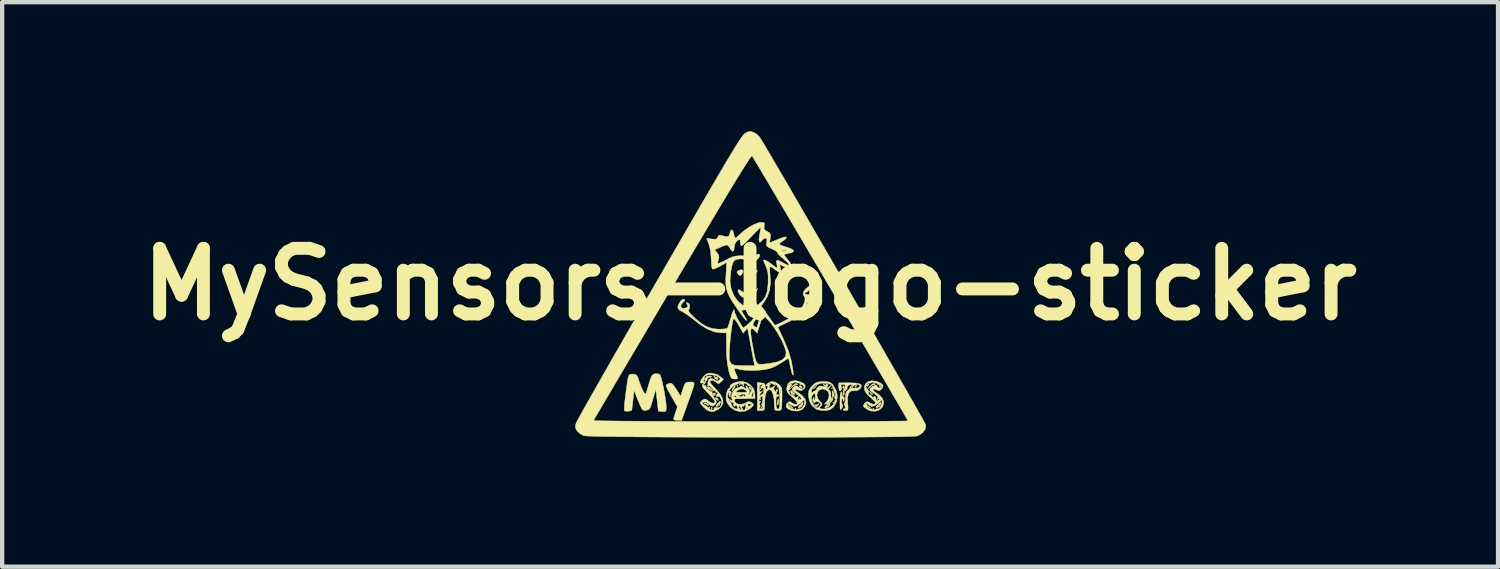
<source format=kicad_pcb>
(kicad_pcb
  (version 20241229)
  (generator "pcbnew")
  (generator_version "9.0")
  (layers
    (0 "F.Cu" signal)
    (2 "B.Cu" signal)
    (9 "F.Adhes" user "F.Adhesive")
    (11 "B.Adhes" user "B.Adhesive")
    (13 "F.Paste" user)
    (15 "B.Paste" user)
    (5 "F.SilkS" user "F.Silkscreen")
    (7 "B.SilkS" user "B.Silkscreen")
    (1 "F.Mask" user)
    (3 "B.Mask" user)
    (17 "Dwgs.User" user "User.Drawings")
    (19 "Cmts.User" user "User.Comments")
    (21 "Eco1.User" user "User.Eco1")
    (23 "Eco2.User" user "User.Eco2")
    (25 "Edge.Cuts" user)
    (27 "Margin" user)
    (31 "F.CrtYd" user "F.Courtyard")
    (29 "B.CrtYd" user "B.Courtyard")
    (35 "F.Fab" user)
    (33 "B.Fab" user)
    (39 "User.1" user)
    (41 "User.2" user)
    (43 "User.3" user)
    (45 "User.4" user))
  (footprint "MySensors-logo-sticker"
    (layer "F.Cu")
    (at 14.376 3.554)
    (property "Reference" "MySensors-logo-sticker" (at 0 0 0) (layer "F.SilkS") (effects (font (size 1.524 1.524) (thickness 0.3))))
    (attr through_hole)
    (fp_poly (pts (xy -0.744 2.656) (xy -0.744 2.657) (xy -0.745 2.656) (xy -0.744 2.656)) (stroke (width 0.01) (type solid)) (fill yes) (layer "F.SilkS"))
    (fp_poly (pts (xy 1.203 2.374) (xy 1.203 2.375) (xy 1.202 2.374) (xy 1.203 2.374)) (stroke (width 0.01) (type solid)) (fill yes) (layer "F.SilkS"))
    (fp_poly (pts (xy -0.931 2.865) (xy -0.945 2.879) (xy -0.96 2.865) (xy -0.945 2.85) (xy -0.931 2.865)) (stroke (width 0.01) (type solid)) (fill yes) (layer "F.SilkS"))
    (fp_poly (pts (xy -0.48 2.667) (xy -0.494 2.681) (xy -0.508 2.667) (xy -0.494 2.653) (xy -0.48 2.667)) (stroke (width 0.01) (type solid)) (fill yes) (layer "F.SilkS"))
    (fp_poly (pts (xy -0.282 2.357) (xy -0.296 2.371) (xy -0.31 2.357) (xy -0.296 2.342) (xy -0.282 2.357)) (stroke (width 0.01) (type solid)) (fill yes) (layer "F.SilkS"))
    (fp_poly (pts (xy -0.226 2.328) (xy -0.24 2.342) (xy -0.254 2.328) (xy -0.24 2.314) (xy -0.226 2.328)) (stroke (width 0.01) (type solid)) (fill yes) (layer "F.SilkS"))
    (fp_poly (pts (xy 0.254 2.441) (xy 0.24 2.455) (xy 0.226 2.441) (xy 0.24 2.427) (xy 0.254 2.441)) (stroke (width 0.01) (type solid)) (fill yes) (layer "F.SilkS"))
    (fp_poly (pts (xy 0.254 2.667) (xy 0.24 2.681) (xy 0.226 2.667) (xy 0.24 2.653) (xy 0.254 2.667)) (stroke (width 0.01) (type solid)) (fill yes) (layer "F.SilkS"))
    (fp_poly (pts (xy 0.282 2.865) (xy 0.268 2.879) (xy 0.254 2.865) (xy 0.268 2.85) (xy 0.282 2.865)) (stroke (width 0.01) (type solid)) (fill yes) (layer "F.SilkS"))
    (fp_poly (pts (xy 0.649 2.385) (xy 0.635 2.399) (xy 0.621 2.385) (xy 0.635 2.371) (xy 0.649 2.385)) (stroke (width 0.01) (type solid)) (fill yes) (layer "F.SilkS"))
    (fp_poly (pts (xy 1.072 2.893) (xy 1.058 2.907) (xy 1.044 2.893) (xy 1.058 2.879) (xy 1.072 2.893)) (stroke (width 0.01) (type solid)) (fill yes) (layer "F.SilkS"))
    (fp_poly (pts (xy 1.157 2.667) (xy 1.143 2.681) (xy 1.129 2.667) (xy 1.143 2.653) (xy 1.157 2.667)) (stroke (width 0.01) (type solid)) (fill yes) (layer "F.SilkS"))
    (fp_poly (pts (xy 1.919 2.413) (xy 1.905 2.427) (xy 1.891 2.413) (xy 1.905 2.399) (xy 1.919 2.413)) (stroke (width 0.01) (type solid)) (fill yes) (layer "F.SilkS"))
    (fp_poly (pts (xy 1.947 2.752) (xy 1.933 2.766) (xy 1.919 2.752) (xy 1.933 2.738) (xy 1.947 2.752)) (stroke (width 0.01) (type solid)) (fill yes) (layer "F.SilkS"))
    (fp_poly (pts (xy 2.879 2.893) (xy 2.865 2.907) (xy 2.85 2.893) (xy 2.865 2.879) (xy 2.879 2.893)) (stroke (width 0.01) (type solid)) (fill yes) (layer "F.SilkS"))
    (fp_poly (pts (xy -0.884 2.86) (xy -0.881 2.893) (xy -0.884 2.897) (xy -0.901 2.894) (xy -0.903 2.879) (xy -0.893 2.855) (xy -0.884 2.86)) (stroke (width 0.01) (type solid)) (fill yes) (layer "F.SilkS"))
    (fp_poly (pts (xy 1.717 2.326) (xy 1.747 2.352) (xy 1.75 2.358) (xy 1.736 2.37) (xy 1.708 2.344) (xy 1.705 2.338) (xy 1.701 2.319) (xy 1.717 2.326)) (stroke (width 0.01) (type solid)) (fill yes) (layer "F.SilkS"))
    (fp_poly (pts (xy 2.178 2.36) (xy 2.19 2.392) (xy 2.186 2.401) (xy 2.163 2.425) (xy 2.154 2.396) (xy 2.154 2.386) (xy 2.167 2.358) (xy 2.178 2.36)) (stroke (width 0.01) (type solid)) (fill yes) (layer "F.SilkS"))
    (fp_poly (pts (xy 2.366 2.354) (xy 2.396 2.38) (xy 2.399 2.386) (xy 2.385 2.398) (xy 2.358 2.372) (xy 2.354 2.366) (xy 2.351 2.347) (xy 2.366 2.354)) (stroke (width 0.01) (type solid)) (fill yes) (layer "F.SilkS"))
    (fp_poly (pts (xy 2.761 2.834) (xy 2.792 2.862) (xy 2.785 2.878) (xy 2.782 2.879) (xy 2.758 2.859) (xy 2.749 2.846) (xy 2.746 2.827) (xy 2.761 2.834)) (stroke (width 0.01) (type solid)) (fill yes) (layer "F.SilkS"))
    (fp_poly (pts (xy 3.015 2.354) (xy 3.046 2.382) (xy 3.039 2.399) (xy 3.036 2.399) (xy 3.012 2.379) (xy 3.003 2.366) (xy 3 2.347) (xy 3.015 2.354)) (stroke (width 0.01) (type solid)) (fill yes) (layer "F.SilkS"))
    (fp_poly (pts (xy -0.34 2.358) (xy -0.356 2.4) (xy -0.382 2.44) (xy -0.412 2.471) (xy -0.422 2.468) (xy -0.406 2.426) (xy -0.38 2.386) (xy -0.35 2.355) (xy -0.34 2.358)) (stroke (width 0.01) (type solid)) (fill yes) (layer "F.SilkS"))
    (fp_poly (pts (xy 0.005 2.393) (xy 0.027 2.429) (xy 0.024 2.441) (xy -0.005 2.44) (xy -0.009 2.437) (xy -0.028 2.393) (xy -0.028 2.389) (xy -0.014 2.378) (xy 0.005 2.393)) (stroke (width 0.01) (type solid)) (fill yes) (layer "F.SilkS"))
    (fp_poly (pts (xy 0.663 2.679) (xy 0.665 2.722) (xy 0.656 2.781) (xy 0.645 2.807) (xy 0.635 2.796) (xy 0.633 2.753) (xy 0.642 2.694) (xy 0.653 2.668) (xy 0.663 2.679)) (stroke (width 0.01) (type solid)) (fill yes) (layer "F.SilkS"))
    (fp_poly (pts (xy 0.918 2.803) (xy 0.938 2.819) (xy 0.977 2.853) (xy 0.988 2.868) (xy 0.974 2.876) (xy 0.937 2.84) (xy 0.928 2.829) (xy 0.903 2.796) (xy 0.918 2.803)) (stroke (width 0.01) (type solid)) (fill yes) (layer "F.SilkS"))
    (fp_poly (pts (xy 1.543 2.357) (xy 1.528 2.378) (xy 1.486 2.422) (xy 1.468 2.421) (xy 1.468 2.416) (xy 1.487 2.393) (xy 1.517 2.367) (xy 1.55 2.343) (xy 1.543 2.357)) (stroke (width 0.01) (type solid)) (fill yes) (layer "F.SilkS"))
    (fp_poly (pts (xy 2.475 2.361) (xy 2.469 2.371) (xy 2.443 2.398) (xy 2.438 2.399) (xy 2.436 2.381) (xy 2.441 2.371) (xy 2.468 2.344) (xy 2.473 2.342) (xy 2.475 2.361)) (stroke (width 0.01) (type solid)) (fill yes) (layer "F.SilkS"))
    (fp_poly (pts (xy 2.757 2.332) (xy 2.752 2.342) (xy 2.725 2.369) (xy 2.72 2.371) (xy 2.718 2.352) (xy 2.723 2.342) (xy 2.75 2.315) (xy 2.755 2.314) (xy 2.757 2.332)) (stroke (width 0.01) (type solid)) (fill yes) (layer "F.SilkS"))
    (fp_poly (pts (xy 2.781 2.492) (xy 2.801 2.508) (xy 2.84 2.543) (xy 2.85 2.558) (xy 2.837 2.566) (xy 2.799 2.53) (xy 2.79 2.519) (xy 2.766 2.485) (xy 2.781 2.492)) (stroke (width 0.01) (type solid)) (fill yes) (layer "F.SilkS"))
    (fp_poly (pts (xy 2.983 2.643) (xy 2.977 2.653) (xy 2.951 2.68) (xy 2.946 2.681) (xy 2.944 2.663) (xy 2.949 2.653) (xy 2.976 2.626) (xy 2.981 2.625) (xy 2.983 2.643)) (stroke (width 0.01) (type solid)) (fill yes) (layer "F.SilkS"))
    (fp_poly (pts (xy -0.749 2.654) (xy -0.762 2.667) (xy -0.748 2.681) (xy -0.74 2.673) (xy -0.736 2.69) (xy -0.742 2.698) (xy -0.767 2.691) (xy -0.788 2.67) (xy -0.807 2.638) (xy -0.785 2.635) (xy -0.749 2.654)) (stroke (width 0.01) (type solid)) (fill yes) (layer "F.SilkS"))
    (fp_poly (pts (xy -0.17 -0.328) (xy -0.162 -0.287) (xy -0.178 -0.251) (xy -0.216 -0.204) (xy -0.253 -0.21) (xy -0.284 -0.242) (xy -0.306 -0.282) (xy -0.283 -0.31) (xy -0.28 -0.312) (xy -0.214 -0.339) (xy -0.17 -0.328)) (stroke (width 0.01) (type solid)) (fill yes) (layer "F.SilkS"))
    (fp_poly (pts (xy 1.199 2.372) (xy 1.185 2.385) (xy 1.199 2.399) (xy 1.207 2.391) (xy 1.211 2.408) (xy 1.206 2.416) (xy 1.181 2.408) (xy 1.16 2.388) (xy 1.14 2.356) (xy 1.163 2.352) (xy 1.199 2.372)) (stroke (width 0.01) (type solid)) (fill yes) (layer "F.SilkS"))
    (fp_poly (pts (xy 1.599 2.782) (xy 1.584 2.801) (xy 1.547 2.843) (xy 1.525 2.842) (xy 1.507 2.815) (xy 1.501 2.795) (xy 1.51 2.801) (xy 1.548 2.803) (xy 1.578 2.787) (xy 1.607 2.766) (xy 1.599 2.782)) (stroke (width 0.01) (type solid)) (fill yes) (layer "F.SilkS"))
    (fp_poly (pts (xy -0.999 2.768) (xy -0.962 2.807) (xy -0.97 2.822) (xy -0.972 2.822) (xy -0.996 2.802) (xy -1.002 2.794) (xy -1.037 2.779) (xy -1.051 2.784) (xy -1.068 2.785) (xy -1.06 2.769) (xy -1.032 2.749) (xy -0.999 2.768)) (stroke (width 0.01) (type solid)) (fill yes) (layer "F.SilkS"))
    (fp_poly (pts (xy 0.144 -0.332) (xy 0.169 -0.316) (xy 0.169 -0.316) (xy 0.151 -0.278) (xy 0.112 -0.239) (xy 0.085 -0.226) (xy 0.053 -0.243) (xy 0.034 -0.26) (xy 0.002 -0.306) (xy 0.023 -0.332) (xy 0.085 -0.339) (xy 0.144 -0.332)) (stroke (width 0.01) (type solid)) (fill yes) (layer "F.SilkS"))
    (fp_poly (pts (xy 1.101 2.332) (xy 1.101 2.335) (xy 1.087 2.337) (xy 1.082 2.333) (xy 1.05 2.336) (xy 0.998 2.37) (xy 0.99 2.377) (xy 0.917 2.441) (xy 0.985 2.364) (xy 1.04 2.316) (xy 1.083 2.304) (xy 1.101 2.332)) (stroke (width 0.01) (type solid)) (fill yes) (layer "F.SilkS"))
    (fp_poly (pts (xy 2.907 2.332) (xy 2.907 2.335) (xy 2.893 2.337) (xy 2.888 2.333) (xy 2.856 2.336) (xy 2.804 2.37) (xy 2.796 2.377) (xy 2.723 2.441) (xy 2.791 2.364) (xy 2.847 2.316) (xy 2.889 2.304) (xy 2.907 2.332)) (stroke (width 0.01) (type solid)) (fill yes) (layer "F.SilkS"))
    (fp_poly (pts (xy -0.812 2.53) (xy -0.806 2.538) (xy -0.809 2.574) (xy -0.816 2.581) (xy -0.853 2.578) (xy -0.859 2.571) (xy -0.858 2.554) (xy -0.847 2.554) (xy -0.833 2.568) (xy -0.818 2.554) (xy -0.833 2.54) (xy -0.847 2.554) (xy -0.858 2.554) (xy -0.856 2.534) (xy -0.849 2.527) (xy -0.812 2.53)) (stroke (width 0.01) (type solid)) (fill yes) (layer "F.SilkS"))
    (fp_poly (pts (xy 0.141 0.17) (xy 0.075 0.259) (xy -0.012 0.302) (xy -0.09 0.31) (xy -0.178 0.297) (xy -0.235 0.253) (xy -0.238 0.248) (xy -0.272 0.187) (xy -0.282 0.146) (xy -0.273 0.124) (xy -0.239 0.136) (xy -0.211 0.153) (xy -0.111 0.211) (xy -0.037 0.233) (xy 0.027 0.219) (xy 0.088 0.176) (xy 0.178 0.101) (xy 0.141 0.17)) (stroke (width 0.01) (type solid)) (fill yes) (layer "F.SilkS"))
    (fp_poly (pts (xy 0.959 2.473) (xy 0.99 2.5) (xy 1.03 2.538) (xy 1.044 2.554) (xy 1.022 2.558) (xy 0.981 2.559) (xy 0.957 2.556) (xy 0.951 2.531) (xy 0.95 2.526) (xy 0.96 2.526) (xy 0.974 2.54) (xy 0.988 2.526) (xy 0.974 2.512) (xy 0.96 2.526) (xy 0.95 2.526) (xy 0.945 2.502) (xy 0.942 2.468) (xy 0.959 2.473)) (stroke (width 0.01) (type solid)) (fill yes) (layer "F.SilkS"))
    (fp_poly (pts (xy -0.976 2.382) (xy -0.922 2.402) (xy -0.89 2.434) (xy -0.894 2.463) (xy -0.897 2.466) (xy -0.934 2.46) (xy -0.972 2.429) (xy -0.99 2.407) (xy -0.955 2.407) (xy -0.948 2.423) (xy -0.92 2.453) (xy -0.903 2.447) (xy -0.903 2.443) (xy -0.923 2.419) (xy -0.936 2.41) (xy -0.955 2.407) (xy -0.99 2.407) (xy -1.003 2.39) (xy -0.995 2.38) (xy -0.976 2.382)) (stroke (width 0.01) (type solid)) (fill yes) (layer "F.SilkS"))
    (fp_poly (pts (xy -0.82 2.129) (xy -0.818 2.142) (xy -0.803 2.164) (xy -0.792 2.16) (xy -0.756 2.163) (xy -0.749 2.171) (xy -0.745 2.204) (xy -0.773 2.213) (xy -0.812 2.194) (xy -0.818 2.187) (xy -0.79 2.187) (xy -0.776 2.201) (xy -0.762 2.187) (xy -0.776 2.173) (xy -0.79 2.187) (xy -0.818 2.187) (xy -0.819 2.186) (xy -0.841 2.143) (xy -0.837 2.125) (xy -0.82 2.129)) (stroke (width 0.01) (type solid)) (fill yes) (layer "F.SilkS"))
    (fp_poly (pts (xy 1.934 2.507) (xy 1.934 2.507) (xy 1.947 2.546) (xy 1.955 2.559) (xy 1.958 2.599) (xy 1.948 2.61) (xy 1.919 2.621) (xy 1.916 2.619) (xy 1.91 2.582) (xy 1.919 2.582) (xy 1.933 2.596) (xy 1.947 2.582) (xy 1.933 2.568) (xy 1.919 2.582) (xy 1.91 2.582) (xy 1.909 2.574) (xy 1.907 2.519) (xy 1.91 2.478) (xy 1.916 2.471) (xy 1.934 2.507)) (stroke (width 0.01) (type solid)) (fill yes) (layer "F.SilkS"))
    (fp_poly (pts (xy -0.686 2.735) (xy -0.688 2.751) (xy -0.719 2.815) (xy -0.78 2.84) (xy -0.801 2.834) (xy -0.793 2.82) (xy -0.755 2.82) (xy -0.751 2.822) (xy -0.725 2.802) (xy -0.72 2.794) (xy -0.712 2.768) (xy -0.716 2.766) (xy -0.742 2.786) (xy -0.748 2.794) (xy -0.755 2.82) (xy -0.793 2.82) (xy -0.782 2.802) (xy -0.76 2.778) (xy -0.71 2.726) (xy -0.689 2.713) (xy -0.686 2.735)) (stroke (width 0.01) (type solid)) (fill yes) (layer "F.SilkS"))
    (fp_poly (pts (xy 1.233 2.764) (xy 1.231 2.779) (xy 1.2 2.843) (xy 1.139 2.868) (xy 1.118 2.863) (xy 1.126 2.849) (xy 1.164 2.849) (xy 1.168 2.85) (xy 1.194 2.831) (xy 1.199 2.822) (xy 1.207 2.796) (xy 1.203 2.794) (xy 1.177 2.814) (xy 1.171 2.822) (xy 1.164 2.849) (xy 1.126 2.849) (xy 1.137 2.83) (xy 1.159 2.806) (xy 1.209 2.755) (xy 1.231 2.742) (xy 1.233 2.764)) (stroke (width 0.01) (type solid)) (fill yes) (layer "F.SilkS"))
    (fp_poly (pts (xy 3.039 2.764) (xy 3.037 2.779) (xy 3.006 2.843) (xy 2.945 2.868) (xy 2.924 2.863) (xy 2.933 2.849) (xy 2.97 2.849) (xy 2.974 2.85) (xy 3 2.831) (xy 3.006 2.822) (xy 3.013 2.796) (xy 3.009 2.794) (xy 2.983 2.814) (xy 2.977 2.822) (xy 2.97 2.849) (xy 2.933 2.849) (xy 2.944 2.83) (xy 2.965 2.806) (xy 3.015 2.755) (xy 3.037 2.742) (xy 3.039 2.764)) (stroke (width 0.01) (type solid)) (fill yes) (layer "F.SilkS"))
    (fp_poly (pts (xy -0.903 2.134) (xy -0.892 2.15) (xy -0.924 2.163) (xy -0.93 2.16) (xy -0.962 2.165) (xy -0.994 2.196) (xy -1.005 2.228) (xy -1.002 2.235) (xy -1.011 2.247) (xy -1.029 2.248) (xy -1.055 2.233) (xy -1.05 2.218) (xy -1.032 2.17) (xy -1.031 2.16) (xy -1.029 2.159) (xy -1.016 2.159) (xy -1.002 2.173) (xy -0.988 2.159) (xy -1.002 2.145) (xy -1.016 2.159) (xy -1.029 2.159) (xy -1.006 2.14) (xy -0.954 2.13) (xy -0.903 2.134)) (stroke (width 0.01) (type solid)) (fill yes) (layer "F.SilkS"))
    (fp_poly (pts (xy 2.131 2.511) (xy 2.134 2.548) (xy 2.143 2.595) (xy 2.16 2.605) (xy 2.183 2.625) (xy 2.19 2.667) (xy 2.182 2.713) (xy 2.167 2.72) (xy 2.156 2.687) (xy 2.16 2.679) (xy 2.155 2.655) (xy 2.146 2.653) (xy 2.127 2.676) (xy 2.125 2.729) (xy 2.14 2.788) (xy 2.15 2.808) (xy 2.149 2.851) (xy 2.128 2.891) (xy 2.108 2.913) (xy 2.096 2.906) (xy 2.09 2.861) (xy 2.09 2.836) (xy 2.117 2.836) (xy 2.131 2.85) (xy 2.145 2.836) (xy 2.131 2.822) (xy 2.117 2.836) (xy 2.09 2.836) (xy 2.089 2.77) (xy 2.088 2.731) (xy 2.091 2.626) (xy 2.099 2.545) (xy 2.111 2.502) (xy 2.113 2.5) (xy 2.131 2.511)) (stroke (width 0.01) (type solid)) (fill yes) (layer "F.SilkS"))
    (fp_poly (pts (xy -1.32 2.275) (xy -1.303 2.289) (xy -1.3 2.322) (xy -1.313 2.38) (xy -1.343 2.47) (xy -1.389 2.6) (xy -1.446 2.759) (xy -1.59 3.161) (xy -1.684 3.161) (xy -1.747 3.155) (xy -1.778 3.14) (xy -1.778 3.138) (xy -1.77 3.099) (xy -1.748 3.028) (xy -1.733 2.981) (xy -1.687 2.848) (xy -1.83 2.602) (xy -1.888 2.498) (xy -1.93 2.411) (xy -1.952 2.355) (xy -1.953 2.339) (xy -1.912 2.317) (xy -1.873 2.302) (xy -1.834 2.3) (xy -1.798 2.323) (xy -1.752 2.382) (xy -1.713 2.442) (xy -1.614 2.6) (xy -1.56 2.436) (xy -1.528 2.346) (xy -1.502 2.297) (xy -1.467 2.276) (xy -1.413 2.272) (xy -1.395 2.272) (xy -1.351 2.271) (xy -1.32 2.275)) (stroke (width 0.01) (type solid)) (fill yes) (layer "F.SilkS"))
    (fp_poly (pts (xy -2.096 2.098) (xy -2.076 2.14) (xy -2.052 2.224) (xy -2.026 2.338) (xy -1.999 2.468) (xy -1.976 2.601) (xy -1.958 2.724) (xy -1.948 2.824) (xy -1.947 2.858) (xy -1.95 2.928) (xy -1.969 2.957) (xy -2.016 2.96) (xy -2.039 2.958) (xy -2.131 2.949) (xy -2.189 2.441) (xy -2.239 2.611) (xy -2.269 2.713) (xy -2.297 2.804) (xy -2.311 2.85) (xy -2.347 2.907) (xy -2.418 2.93) (xy -2.46 2.931) (xy -2.491 2.919) (xy -2.52 2.884) (xy -2.553 2.815) (xy -2.599 2.704) (xy -2.6 2.704) (xy -2.695 2.469) (xy -2.72 2.695) (xy -2.732 2.801) (xy -2.742 2.881) (xy -2.747 2.923) (xy -2.748 2.926) (xy -2.785 2.943) (xy -2.845 2.951) (xy -2.9 2.948) (xy -2.919 2.938) (xy -2.923 2.9) (xy -2.919 2.818) (xy -2.908 2.705) (xy -2.893 2.576) (xy -2.869 2.4) (xy -2.851 2.273) (xy -2.836 2.186) (xy -2.82 2.132) (xy -2.802 2.102) (xy -2.778 2.09) (xy -2.746 2.088) (xy -2.724 2.088) (xy -2.669 2.093) (xy -2.635 2.114) (xy -2.607 2.166) (xy -2.583 2.236) (xy -2.538 2.362) (xy -2.494 2.461) (xy -2.457 2.526) (xy -2.429 2.551) (xy -2.418 2.54) (xy -2.403 2.493) (xy -2.378 2.409) (xy -2.348 2.306) (xy -2.345 2.296) (xy -2.312 2.191) (xy -2.284 2.128) (xy -2.254 2.096) (xy -2.213 2.081) (xy -2.209 2.08) (xy -2.138 2.08) (xy -2.096 2.098)) (stroke (width 0.01) (type solid)) (fill yes) (layer "F.SilkS"))
    (fp_poly (pts (xy 2.446 2.295) (xy 2.541 2.312) (xy 2.586 2.343) (xy 2.582 2.388) (xy 2.552 2.43) (xy 2.487 2.473) (xy 2.421 2.472) (xy 2.341 2.479) (xy 2.289 2.533) (xy 2.264 2.634) (xy 2.268 2.767) (xy 2.276 2.86) (xy 2.274 2.91) (xy 2.258 2.931) (xy 2.222 2.935) (xy 2.213 2.935) (xy 2.165 2.926) (xy 2.159 2.906) (xy 2.192 2.889) (xy 2.201 2.892) (xy 2.218 2.887) (xy 2.214 2.85) (xy 2.193 2.803) (xy 2.191 2.78) (xy 2.201 2.78) (xy 2.215 2.794) (xy 2.23 2.78) (xy 2.215 2.766) (xy 2.201 2.78) (xy 2.191 2.78) (xy 2.189 2.764) (xy 2.198 2.754) (xy 2.213 2.718) (xy 2.218 2.648) (xy 2.217 2.623) (xy 2.221 2.537) (xy 2.249 2.485) (xy 2.27 2.467) (xy 2.299 2.441) (xy 2.484 2.441) (xy 2.498 2.455) (xy 2.512 2.441) (xy 2.498 2.427) (xy 2.484 2.441) (xy 2.299 2.441) (xy 2.31 2.431) (xy 2.319 2.41) (xy 2.326 2.38) (xy 2.331 2.375) (xy 2.34 2.375) (xy 2.335 2.386) (xy 2.348 2.406) (xy 2.409 2.415) (xy 2.428 2.416) (xy 2.503 2.408) (xy 2.548 2.388) (xy 2.551 2.382) (xy 2.544 2.346) (xy 2.504 2.327) (xy 2.454 2.334) (xy 2.44 2.343) (xy 2.4 2.357) (xy 2.387 2.346) (xy 2.35 2.331) (xy 2.314 2.334) (xy 2.262 2.367) (xy 2.254 2.431) (xy 2.255 2.436) (xy 2.241 2.446) (xy 2.226 2.439) (xy 2.206 2.435) (xy 2.215 2.455) (xy 2.223 2.479) (xy 2.207 2.473) (xy 2.186 2.477) (xy 2.187 2.51) (xy 2.186 2.562) (xy 2.176 2.581) (xy 2.16 2.571) (xy 2.158 2.528) (xy 2.168 2.472) (xy 2.187 2.427) (xy 2.216 2.364) (xy 2.199 2.332) (xy 2.157 2.326) (xy 2.112 2.335) (xy 2.113 2.355) (xy 2.132 2.413) (xy 2.116 2.463) (xy 2.095 2.477) (xy 2.069 2.462) (xy 2.06 2.395) (xy 2.06 2.39) (xy 2.06 2.291) (xy 2.298 2.29) (xy 2.446 2.295)) (stroke (width 0.01) (type solid)) (fill yes) (layer "F.SilkS"))
    (fp_poly (pts (xy 1.129 2.255) (xy 1.233 2.297) (xy 1.282 2.346) (xy 1.274 2.401) (xy 1.25 2.431) (xy 1.2 2.47) (xy 1.153 2.467) (xy 1.13 2.456) (xy 1.074 2.438) (xy 1.047 2.447) (xy 1.058 2.475) (xy 1.083 2.494) (xy 1.211 2.585) (xy 1.282 2.673) (xy 1.298 2.737) (xy 1.274 2.838) (xy 1.209 2.91) (xy 1.112 2.945) (xy 0.994 2.94) (xy 0.97 2.933) (xy 0.875 2.892) (xy 0.834 2.841) (xy 0.847 2.784) (xy 0.853 2.775) (xy 0.884 2.775) (xy 0.886 2.806) (xy 0.917 2.849) (xy 0.957 2.884) (xy 0.989 2.892) (xy 0.99 2.892) (xy 1.022 2.897) (xy 1.03 2.907) (xy 1.066 2.92) (xy 1.102 2.906) (xy 1.145 2.89) (xy 1.157 2.896) (xy 1.175 2.894) (xy 1.213 2.865) (xy 1.254 2.803) (xy 1.263 2.748) (xy 1.258 2.682) (xy 1.179 2.758) (xy 1.093 2.823) (xy 1.02 2.838) (xy 0.953 2.802) (xy 0.953 2.802) (xy 0.908 2.774) (xy 0.884 2.775) (xy 0.853 2.775) (xy 0.86 2.766) (xy 0.903 2.729) (xy 0.942 2.735) (xy 0.969 2.753) (xy 1.028 2.785) (xy 1.065 2.794) (xy 1.099 2.779) (xy 1.089 2.737) (xy 1.038 2.674) (xy 0.972 2.614) (xy 0.899 2.549) (xy 0.862 2.499) (xy 0.85 2.447) (xy 0.852 2.403) (xy 0.864 2.368) (xy 0.878 2.368) (xy 0.89 2.361) (xy 0.903 2.349) (xy 0.952 2.317) (xy 0.973 2.321) (xy 0.957 2.357) (xy 0.945 2.371) (xy 0.917 2.411) (xy 0.92 2.428) (xy 0.923 2.44) (xy 0.903 2.455) (xy 0.879 2.478) (xy 0.898 2.483) (xy 0.922 2.498) (xy 0.919 2.509) (xy 0.923 2.543) (xy 0.955 2.574) (xy 0.99 2.582) (xy 0.997 2.578) (xy 1.02 2.584) (xy 1.033 2.607) (xy 1.055 2.638) (xy 1.091 2.622) (xy 1.095 2.618) (xy 1.126 2.597) (xy 1.12 2.615) (xy 1.119 2.618) (xy 1.108 2.667) (xy 1.131 2.693) (xy 1.173 2.68) (xy 1.173 2.679) (xy 1.19 2.654) (xy 1.172 2.622) (xy 1.112 2.573) (xy 1.103 2.567) (xy 1.021 2.504) (xy 0.982 2.461) (xy 0.979 2.427) (xy 1.009 2.392) (xy 1.012 2.388) (xy 1.052 2.359) (xy 1.088 2.364) (xy 1.136 2.398) (xy 1.19 2.434) (xy 1.223 2.432) (xy 1.239 2.416) (xy 1.254 2.374) (xy 1.232 2.346) (xy 1.191 2.328) (xy 1.176 2.333) (xy 1.159 2.329) (xy 1.157 2.314) (xy 1.147 2.291) (xy 1.139 2.295) (xy 1.104 2.296) (xy 1.085 2.284) (xy 1.045 2.271) (xy 1.032 2.283) (xy 0.994 2.301) (xy 0.977 2.298) (xy 0.933 2.306) (xy 0.902 2.334) (xy 0.878 2.368) (xy 0.864 2.368) (xy 0.882 2.309) (xy 0.95 2.253) (xy 1.05 2.239) (xy 1.129 2.255)) (stroke (width 0.01) (type solid)) (fill yes) (layer "F.SilkS"))
    (fp_poly (pts (xy 2.931 2.254) (xy 2.971 2.267) (xy 3.058 2.313) (xy 3.092 2.358) (xy 3.076 2.409) (xy 3.055 2.433) (xy 3.007 2.47) (xy 2.965 2.466) (xy 2.94 2.452) (xy 2.887 2.432) (xy 2.859 2.439) (xy 2.861 2.469) (xy 2.89 2.494) (xy 3.009 2.578) (xy 3.079 2.657) (xy 3.104 2.739) (xy 3.104 2.75) (xy 3.08 2.846) (xy 3.013 2.914) (xy 2.916 2.949) (xy 2.808 2.945) (xy 2.744 2.919) (xy 2.682 2.88) (xy 2.636 2.84) (xy 2.631 2.811) (xy 2.657 2.778) (xy 2.691 2.778) (xy 2.709 2.794) (xy 2.733 2.817) (xy 2.727 2.822) (xy 2.721 2.839) (xy 2.737 2.864) (xy 2.776 2.893) (xy 2.795 2.892) (xy 2.829 2.897) (xy 2.836 2.907) (xy 2.874 2.92) (xy 2.905 2.908) (xy 2.952 2.892) (xy 2.97 2.894) (xy 2.996 2.89) (xy 3.028 2.851) (xy 3.055 2.793) (xy 3.064 2.747) (xy 3.068 2.679) (xy 2.987 2.756) (xy 2.897 2.823) (xy 2.821 2.84) (xy 2.765 2.807) (xy 2.721 2.772) (xy 2.699 2.766) (xy 2.691 2.778) (xy 2.657 2.778) (xy 2.663 2.77) (xy 2.701 2.734) (xy 2.738 2.732) (xy 2.795 2.761) (xy 2.862 2.79) (xy 2.904 2.78) (xy 2.907 2.777) (xy 2.912 2.747) (xy 2.877 2.7) (xy 2.8 2.629) (xy 2.796 2.626) (xy 2.702 2.535) (xy 2.665 2.469) (xy 2.681 2.469) (xy 2.695 2.484) (xy 2.709 2.469) (xy 2.695 2.455) (xy 2.681 2.469) (xy 2.665 2.469) (xy 2.657 2.454) (xy 2.657 2.383) (xy 2.693 2.383) (xy 2.709 2.428) (xy 2.725 2.438) (xy 2.751 2.473) (xy 2.752 2.51) (xy 2.753 2.553) (xy 2.766 2.561) (xy 2.8 2.575) (xy 2.836 2.611) (xy 2.865 2.642) (xy 2.868 2.636) (xy 2.876 2.609) (xy 2.893 2.606) (xy 2.92 2.618) (xy 2.918 2.629) (xy 2.918 2.672) (xy 2.948 2.706) (xy 2.962 2.709) (xy 2.992 2.687) (xy 3 2.671) (xy 2.987 2.632) (xy 2.931 2.575) (xy 2.887 2.542) (xy 2.816 2.489) (xy 2.784 2.455) (xy 2.786 2.427) (xy 2.804 2.403) (xy 2.845 2.373) (xy 2.896 2.353) (xy 2.939 2.348) (xy 2.954 2.361) (xy 2.95 2.369) (xy 2.961 2.394) (xy 2.992 2.407) (xy 3.043 2.41) (xy 3.062 2.399) (xy 3.056 2.367) (xy 3.023 2.336) (xy 2.988 2.329) (xy 2.982 2.333) (xy 2.965 2.33) (xy 2.963 2.317) (xy 2.948 2.295) (xy 2.937 2.299) (xy 2.901 2.295) (xy 2.893 2.286) (xy 2.856 2.273) (xy 2.821 2.287) (xy 2.778 2.302) (xy 2.766 2.295) (xy 2.754 2.289) (xy 2.728 2.314) (xy 2.703 2.353) (xy 2.693 2.383) (xy 2.657 2.383) (xy 2.657 2.374) (xy 2.681 2.315) (xy 2.738 2.263) (xy 2.827 2.242) (xy 2.931 2.254)) (stroke (width 0.01) (type solid)) (fill yes) (layer "F.SilkS"))
    (fp_poly (pts (xy -0.767 2.097) (xy -0.7 2.14) (xy -0.617 2.21) (xy -0.674 2.267) (xy -0.719 2.305) (xy -0.751 2.304) (xy -0.784 2.277) (xy -0.844 2.24) (xy -0.898 2.232) (xy -0.929 2.253) (xy -0.931 2.266) (xy -0.912 2.304) (xy -0.863 2.365) (xy -0.806 2.425) (xy -0.693 2.555) (xy -0.634 2.668) (xy -0.628 2.767) (xy -0.676 2.853) (xy -0.731 2.899) (xy -0.822 2.948) (xy -0.901 2.958) (xy -0.96 2.943) (xy -1.012 2.912) (xy -1.074 2.86) (xy -1.128 2.804) (xy -1.156 2.76) (xy -1.157 2.753) (xy -1.153 2.746) (xy -1.122 2.746) (xy -1.103 2.774) (xy -1.068 2.808) (xy -1.053 2.812) (xy -1.027 2.821) (xy -0.981 2.86) (xy -0.978 2.863) (xy -0.922 2.905) (xy -0.871 2.924) (xy -0.839 2.918) (xy -0.838 2.889) (xy -0.831 2.865) (xy -0.78 2.866) (xy -0.718 2.864) (xy -0.686 2.844) (xy -0.668 2.793) (xy -0.662 2.728) (xy -0.668 2.674) (xy -0.684 2.653) (xy -0.697 2.635) (xy -0.692 2.626) (xy -0.701 2.609) (xy -0.733 2.61) (xy -0.782 2.609) (xy -0.783 2.579) (xy -0.755 2.544) (xy -0.735 2.517) (xy -0.762 2.517) (xy -0.762 2.517) (xy -0.795 2.508) (xy -0.798 2.492) (xy -0.811 2.47) (xy -0.838 2.475) (xy -0.869 2.479) (xy -0.866 2.464) (xy -0.87 2.427) (xy -0.902 2.387) (xy -0.943 2.36) (xy -0.971 2.364) (xy -0.982 2.354) (xy -0.983 2.303) (xy -0.981 2.286) (xy -0.956 2.21) (xy -0.905 2.184) (xy -0.834 2.209) (xy -0.812 2.226) (xy -0.765 2.251) (xy -0.722 2.231) (xy -0.72 2.229) (xy -0.694 2.199) (xy -0.71 2.171) (xy -0.737 2.15) (xy -0.811 2.118) (xy -0.901 2.104) (xy -0.986 2.107) (xy -1.044 2.131) (xy -1.048 2.135) (xy -1.065 2.167) (xy -1.058 2.173) (xy -1.056 2.19) (xy -1.072 2.215) (xy -1.089 2.253) (xy -1.057 2.263) (xy -1.031 2.259) (xy -1.027 2.272) (xy -1.056 2.312) (xy -1.058 2.313) (xy -1.093 2.355) (xy -1.09 2.364) (xy -1.059 2.353) (xy -1.023 2.347) (xy -1.025 2.362) (xy -1.02 2.398) (xy -0.985 2.443) (xy -0.939 2.481) (xy -0.899 2.495) (xy -0.89 2.491) (xy -0.877 2.492) (xy -0.882 2.512) (xy -0.875 2.56) (xy -0.841 2.627) (xy -0.83 2.642) (xy -0.79 2.704) (xy -0.783 2.745) (xy -0.803 2.783) (xy -0.858 2.831) (xy -0.916 2.822) (xy -0.969 2.772) (xy -1.017 2.729) (xy -1.055 2.735) (xy -1.057 2.736) (xy -1.1 2.751) (xy -1.116 2.744) (xy -1.122 2.746) (xy -1.153 2.746) (xy -1.136 2.717) (xy -1.098 2.686) (xy -1.049 2.665) (xy -1.006 2.681) (xy -0.976 2.707) (xy -0.912 2.751) (xy -0.856 2.764) (xy -0.822 2.745) (xy -0.818 2.727) (xy -0.837 2.689) (xy -0.887 2.625) (xy -0.959 2.547) (xy -0.977 2.529) (xy -1.056 2.448) (xy -1.099 2.395) (xy -1.112 2.359) (xy -1.103 2.331) (xy -1.097 2.323) (xy -1.073 2.289) (xy -1.091 2.288) (xy -1.108 2.294) (xy -1.149 2.296) (xy -1.154 2.263) (xy -1.126 2.204) (xy -1.084 2.147) (xy -1.024 2.089) (xy -0.959 2.066) (xy -0.897 2.065) (xy -0.767 2.097)) (stroke (width 0.01) (type solid)) (fill yes) (layer "F.SilkS"))
    (fp_poly (pts (xy 0.578 2.271) (xy 0.667 2.324) (xy 0.71 2.367) (xy 0.733 2.414) (xy 0.742 2.483) (xy 0.743 2.571) (xy 0.741 2.72) (xy 0.738 2.821) (xy 0.731 2.885) (xy 0.717 2.919) (xy 0.695 2.932) (xy 0.662 2.935) (xy 0.648 2.935) (xy 0.6 2.932) (xy 0.575 2.915) (xy 0.566 2.87) (xy 0.564 2.782) (xy 0.564 2.779) (xy 0.556 2.654) (xy 0.532 2.55) (xy 0.498 2.476) (xy 0.457 2.444) (xy 0.437 2.445) (xy 0.384 2.494) (xy 0.351 2.593) (xy 0.339 2.743) (xy 0.339 2.768) (xy 0.338 2.861) (xy 0.33 2.911) (xy 0.308 2.931) (xy 0.266 2.935) (xy 0.254 2.935) (xy 0.169 2.935) (xy 0.169 2.702) (xy 0.208 2.702) (xy 0.22 2.723) (xy 0.235 2.718) (xy 0.249 2.718) (xy 0.231 2.744) (xy 0.211 2.788) (xy 0.226 2.808) (xy 0.242 2.838) (xy 0.226 2.865) (xy 0.21 2.889) (xy 0.226 2.895) (xy 0.283 2.886) (xy 0.307 2.881) (xy 0.301 2.861) (xy 0.286 2.841) (xy 0.267 2.8) (xy 0.272 2.786) (xy 0.287 2.747) (xy 0.296 2.687) (xy 0.295 2.629) (xy 0.284 2.597) (xy 0.28 2.596) (xy 0.245 2.62) (xy 0.215 2.675) (xy 0.208 2.702) (xy 0.169 2.702) (xy 0.169 2.584) (xy 0.212 2.584) (xy 0.243 2.579) (xy 0.248 2.578) (xy 0.301 2.543) (xy 0.318 2.512) (xy 0.318 2.449) (xy 0.307 2.423) (xy 0.287 2.401) (xy 0.283 2.408) (xy 0.264 2.417) (xy 0.252 2.412) (xy 0.246 2.384) (xy 0.273 2.356) (xy 0.308 2.328) (xy 0.295 2.322) (xy 0.268 2.326) (xy 0.224 2.352) (xy 0.215 2.402) (xy 0.221 2.475) (xy 0.233 2.502) (xy 0.258 2.494) (xy 0.275 2.481) (xy 0.291 2.474) (xy 0.272 2.502) (xy 0.258 2.518) (xy 0.217 2.567) (xy 0.212 2.584) (xy 0.169 2.584) (xy 0.169 2.282) (xy 0.261 2.291) (xy 0.325 2.304) (xy 0.349 2.336) (xy 0.351 2.378) (xy 0.362 2.434) (xy 0.386 2.444) (xy 0.408 2.407) (xy 0.411 2.39) (xy 0.406 2.357) (xy 0.393 2.358) (xy 0.368 2.365) (xy 0.378 2.341) (xy 0.38 2.338) (xy 0.424 2.338) (xy 0.449 2.328) (xy 0.452 2.327) (xy 0.479 2.315) (xy 0.466 2.338) (xy 0.457 2.348) (xy 0.439 2.39) (xy 0.46 2.409) (xy 0.507 2.401) (xy 0.55 2.374) (xy 0.588 2.344) (xy 0.587 2.352) (xy 0.566 2.379) (xy 0.543 2.423) (xy 0.561 2.461) (xy 0.578 2.478) (xy 0.609 2.502) (xy 0.61 2.493) (xy 0.609 2.453) (xy 0.618 2.443) (xy 0.637 2.446) (xy 0.634 2.483) (xy 0.609 2.537) (xy 0.608 2.538) (xy 0.599 2.566) (xy 0.626 2.562) (xy 0.662 2.565) (xy 0.668 2.582) (xy 0.648 2.608) (xy 0.633 2.606) (xy 0.612 2.615) (xy 0.602 2.666) (xy 0.602 2.747) (xy 0.607 2.839) (xy 0.621 2.886) (xy 0.647 2.899) (xy 0.65 2.899) (xy 0.673 2.888) (xy 0.686 2.853) (xy 0.69 2.782) (xy 0.689 2.683) (xy 0.683 2.544) (xy 0.674 2.451) (xy 0.66 2.393) (xy 0.639 2.358) (xy 0.612 2.338) (xy 0.573 2.324) (xy 0.564 2.33) (xy 0.547 2.331) (xy 0.521 2.313) (xy 0.479 2.291) (xy 0.443 2.314) (xy 0.424 2.338) (xy 0.38 2.338) (xy 0.411 2.302) (xy 0.487 2.262) (xy 0.578 2.271)) (stroke (width 0.01) (type solid)) (fill yes) (layer "F.SilkS"))
    (fp_poly (pts (xy 0.081 -3.529) (xy 0.161 -3.48) (xy 0.223 -3.418) (xy 0.251 -3.373) (xy 0.305 -3.284) (xy 0.383 -3.154) (xy 0.481 -2.987) (xy 0.599 -2.786) (xy 0.735 -2.554) (xy 0.886 -2.295) (xy 1.05 -2.012) (xy 1.226 -1.71) (xy 1.411 -1.39) (xy 1.603 -1.058) (xy 1.801 -0.716) (xy 2.003 -0.367) (xy 2.206 -0.016) (xy 2.408 0.335) (xy 2.608 0.682) (xy 2.803 1.021) (xy 2.992 1.349) (xy 3.172 1.663) (xy 3.342 1.959) (xy 3.499 2.234) (xy 3.642 2.483) (xy 3.768 2.705) (xy 3.875 2.895) (xy 3.963 3.049) (xy 4.027 3.165) (xy 4.067 3.239) (xy 4.081 3.267) (xy 4.073 3.358) (xy 4.018 3.442) (xy 3.928 3.506) (xy 3.872 3.527) (xy 3.828 3.531) (xy 3.731 3.535) (xy 3.586 3.539) (xy 3.397 3.543) (xy 3.168 3.546) (xy 2.903 3.548) (xy 2.606 3.55) (xy 2.281 3.552) (xy 1.933 3.554) (xy 1.564 3.555) (xy 1.18 3.556) (xy 0.783 3.556) (xy 0.379 3.556) (xy -0.028 3.556) (xy -0.436 3.556) (xy -0.839 3.555) (xy -1.233 3.553) (xy -1.616 3.552) (xy -1.981 3.55) (xy -2.326 3.548) (xy -2.647 3.545) (xy -2.939 3.542) (xy -3.199 3.539) (xy -3.421 3.536) (xy -3.603 3.532) (xy -3.741 3.528) (xy -3.829 3.523) (xy -3.864 3.519) (xy -3.948 3.473) (xy -4.016 3.41) (xy -4.017 3.409) (xy -4.052 3.35) (xy -4.058 3.295) (xy -4.041 3.225) (xy -4.023 3.188) (xy -4.01 3.164) (xy -3.636 3.164) (xy -3.609 3.168) (xy -3.529 3.171) (xy -3.399 3.174) (xy -3.22 3.176) (xy -2.997 3.179) (xy -2.731 3.181) (xy -2.427 3.183) (xy -2.086 3.185) (xy -1.711 3.186) (xy -1.306 3.188) (xy -0.874 3.188) (xy -0.417 3.189) (xy 0.012 3.189) (xy 0.461 3.189) (xy 0.895 3.189) (xy 1.309 3.188) (xy 1.701 3.187) (xy 2.067 3.186) (xy 2.404 3.185) (xy 2.708 3.184) (xy 2.977 3.183) (xy 3.207 3.181) (xy 3.394 3.179) (xy 3.535 3.178) (xy 3.627 3.176) (xy 3.667 3.174) (xy 3.669 3.173) (xy 3.655 3.147) (xy 3.614 3.076) (xy 3.549 2.963) (xy 3.461 2.812) (xy 3.353 2.627) (xy 3.227 2.411) (xy 3.085 2.167) (xy 2.928 1.9) (xy 2.76 1.613) (xy 2.581 1.309) (xy 2.395 0.992) (xy 2.202 0.665) (xy 2.007 0.332) (xy 1.809 -0.003) (xy 1.612 -0.338) (xy 1.418 -0.667) (xy 1.229 -0.989) (xy 1.046 -1.299) (xy 0.872 -1.594) (xy 0.709 -1.869) (xy 0.559 -2.123) (xy 0.424 -2.351) (xy 0.306 -2.549) (xy 0.208 -2.714) (xy 0.131 -2.843) (xy 0.077 -2.932) (xy 0.049 -2.977) (xy 0.045 -2.982) (xy 0.033 -2.975) (xy 0.005 -2.94) (xy -0.039 -2.875) (xy -0.101 -2.78) (xy -0.181 -2.653) (xy -0.281 -2.492) (xy -0.402 -2.294) (xy -0.544 -2.06) (xy -0.708 -1.786) (xy -0.896 -1.471) (xy -1.109 -1.113) (xy -1.348 -0.712) (xy -1.613 -0.264) (xy -1.806 0.062) (xy -2.033 0.445) (xy -2.251 0.814) (xy -2.46 1.168) (xy -2.657 1.502) (xy -2.842 1.814) (xy -3.011 2.101) (xy -3.164 2.36) (xy -3.298 2.588) (xy -3.413 2.782) (xy -3.505 2.94) (xy -3.575 3.058) (xy -3.619 3.134) (xy -3.636 3.164) (xy -3.636 3.164) (xy -4.01 3.164) (xy -3.978 3.105) (xy -3.908 2.98) (xy -3.816 2.814) (xy -3.701 2.611) (xy -3.567 2.374) (xy -3.414 2.105) (xy -3.245 1.809) (xy -3.061 1.487) (xy -2.863 1.143) (xy -2.655 0.779) (xy -2.436 0.399) (xy -2.209 0.005) (xy -2.108 -0.169) (xy -1.835 -0.641) (xy -1.589 -1.066) (xy -1.368 -1.448) (xy -1.171 -1.787) (xy -0.997 -2.087) (xy -0.843 -2.351) (xy -0.709 -2.58) (xy -0.592 -2.777) (xy -0.493 -2.944) (xy -0.408 -3.084) (xy -0.337 -3.199) (xy -0.279 -3.292) (xy -0.231 -3.365) (xy -0.192 -3.42) (xy -0.162 -3.46) (xy -0.138 -3.488) (xy -0.118 -3.505) (xy -0.108 -3.512) (xy -0.036 -3.545) (xy 0.02 -3.549) (xy 0.081 -3.529)) (stroke (width 0.01) (type solid)) (fill yes) (layer "F.SilkS"))
    (fp_poly (pts (xy 1.796 2.264) (xy 1.856 2.278) (xy 1.902 2.312) (xy 1.929 2.343) (xy 2.001 2.466) (xy 2.028 2.599) (xy 2.009 2.73) (xy 1.945 2.844) (xy 1.929 2.861) (xy 1.864 2.911) (xy 1.788 2.932) (xy 1.725 2.934) (xy 1.63 2.926) (xy 1.549 2.906) (xy 1.529 2.897) (xy 1.436 2.815) (xy 1.375 2.698) (xy 1.364 2.63) (xy 1.422 2.63) (xy 1.434 2.722) (xy 1.476 2.804) (xy 1.523 2.863) (xy 1.563 2.873) (xy 1.61 2.836) (xy 1.617 2.828) (xy 1.647 2.787) (xy 1.631 2.759) (xy 1.605 2.742) (xy 1.552 2.72) (xy 1.506 2.74) (xy 1.502 2.743) (xy 1.471 2.766) (xy 1.475 2.749) (xy 1.481 2.74) (xy 1.489 2.714) (xy 1.474 2.719) (xy 1.454 2.716) (xy 1.453 2.684) (xy 1.47 2.644) (xy 1.481 2.633) (xy 1.492 2.63) (xy 1.486 2.644) (xy 1.484 2.684) (xy 1.493 2.693) (xy 1.509 2.68) (xy 1.516 2.626) (xy 1.516 2.611) (xy 1.514 2.587) (xy 1.552 2.587) (xy 1.579 2.668) (xy 1.623 2.721) (xy 1.668 2.768) (xy 1.673 2.799) (xy 1.651 2.822) (xy 1.613 2.866) (xy 1.626 2.891) (xy 1.693 2.898) (xy 1.72 2.898) (xy 1.842 2.867) (xy 1.903 2.824) (xy 1.947 2.776) (xy 1.963 2.745) (xy 1.962 2.742) (xy 1.965 2.713) (xy 1.979 2.691) (xy 1.996 2.659) (xy 1.976 2.653) (xy 1.955 2.642) (xy 1.972 2.615) (xy 1.989 2.573) (xy 1.982 2.556) (xy 1.959 2.513) (xy 1.958 2.509) (xy 1.949 2.478) (xy 1.949 2.477) (xy 1.939 2.447) (xy 1.933 2.416) (xy 1.91 2.356) (xy 1.897 2.338) (xy 1.854 2.388) (xy 1.823 2.434) (xy 1.83 2.457) (xy 1.844 2.464) (xy 1.873 2.504) (xy 1.877 2.567) (xy 1.88 2.633) (xy 1.898 2.672) (xy 1.899 2.672) (xy 1.914 2.672) (xy 1.905 2.653) (xy 1.897 2.629) (xy 1.917 2.637) (xy 1.931 2.665) (xy 1.902 2.712) (xy 1.888 2.726) (xy 1.852 2.772) (xy 1.847 2.794) (xy 1.849 2.794) (xy 1.859 2.805) (xy 1.836 2.831) (xy 1.796 2.856) (xy 1.762 2.868) (xy 1.735 2.866) (xy 1.743 2.849) (xy 1.785 2.849) (xy 1.789 2.85) (xy 1.815 2.831) (xy 1.82 2.822) (xy 1.828 2.796) (xy 1.824 2.794) (xy 1.798 2.814) (xy 1.792 2.822) (xy 1.785 2.849) (xy 1.743 2.849) (xy 1.746 2.842) (xy 1.769 2.815) (xy 1.803 2.774) (xy 1.798 2.765) (xy 1.764 2.777) (xy 1.729 2.787) (xy 1.734 2.774) (xy 1.754 2.755) (xy 1.806 2.755) (xy 1.82 2.764) (xy 1.857 2.727) (xy 1.866 2.716) (xy 1.891 2.683) (xy 1.876 2.69) (xy 1.856 2.706) (xy 1.817 2.741) (xy 1.806 2.755) (xy 1.754 2.755) (xy 1.771 2.738) (xy 1.822 2.662) (xy 1.837 2.576) (xy 1.817 2.499) (xy 1.764 2.45) (xy 1.676 2.432) (xy 1.607 2.457) (xy 1.564 2.512) (xy 1.552 2.587) (xy 1.514 2.587) (xy 1.511 2.548) (xy 1.498 2.532) (xy 1.466 2.556) (xy 1.462 2.559) (xy 1.422 2.63) (xy 1.364 2.63) (xy 1.355 2.572) (xy 1.363 2.485) (xy 1.425 2.485) (xy 1.426 2.522) (xy 1.449 2.514) (xy 1.467 2.498) (xy 1.512 2.47) (xy 1.533 2.469) (xy 1.541 2.469) (xy 1.538 2.465) (xy 1.544 2.432) (xy 1.569 2.396) (xy 1.62 2.362) (xy 1.682 2.372) (xy 1.737 2.384) (xy 1.755 2.361) (xy 1.755 2.34) (xy 1.776 2.325) (xy 1.795 2.324) (xy 1.82 2.334) (xy 1.807 2.353) (xy 1.777 2.396) (xy 1.789 2.411) (xy 1.834 2.388) (xy 1.841 2.382) (xy 1.896 2.336) (xy 1.897 2.338) (xy 1.905 2.328) (xy 1.896 2.336) (xy 1.895 2.335) (xy 1.85 2.315) (xy 1.776 2.303) (xy 1.694 2.298) (xy 1.625 2.303) (xy 1.593 2.317) (xy 1.561 2.332) (xy 1.554 2.329) (xy 1.52 2.337) (xy 1.477 2.378) (xy 1.44 2.434) (xy 1.425 2.485) (xy 1.363 2.485) (xy 1.363 2.483) (xy 1.397 2.414) (xy 1.448 2.357) (xy 1.509 2.302) (xy 1.568 2.274) (xy 1.648 2.263) (xy 1.7 2.262) (xy 1.796 2.264)) (stroke (width 0.01) (type solid)) (fill yes) (layer "F.SilkS"))
    (fp_poly (pts (xy -0.08 2.282) (xy 0.018 2.348) (xy 0.087 2.442) (xy 0.113 2.551) (xy 0.113 2.653) (xy -0.078 2.657) (xy -0.183 2.659) (xy -0.27 2.659) (xy -0.318 2.658) (xy -0.359 2.671) (xy -0.367 2.69) (xy -0.343 2.749) (xy -0.283 2.785) (xy -0.203 2.791) (xy -0.119 2.767) (xy -0.092 2.751) (xy -0.036 2.723) (xy 0.014 2.736) (xy 0.027 2.743) (xy 0.072 2.777) (xy 0.077 2.809) (xy 0.042 2.852) (xy -0.002 2.89) (xy -0.115 2.95) (xy -0.243 2.958) (xy -0.339 2.932) (xy -0.449 2.864) (xy -0.526 2.768) (xy -0.552 2.696) (xy -0.557 2.616) (xy -0.55 2.565) (xy -0.524 2.565) (xy -0.519 2.634) (xy -0.488 2.707) (xy -0.466 2.737) (xy -0.435 2.778) (xy -0.433 2.794) (xy -0.431 2.812) (xy -0.407 2.846) (xy -0.361 2.882) (xy -0.314 2.898) (xy -0.285 2.89) (xy -0.283 2.881) (xy -0.297 2.846) (xy -0.298 2.843) (xy -0.267 2.843) (xy -0.253 2.881) (xy -0.22 2.923) (xy -0.204 2.917) (xy -0.214 2.869) (xy -0.242 2.829) (xy -0.195 2.829) (xy -0.19 2.863) (xy -0.18 2.89) (xy -0.151 2.931) (xy -0.122 2.918) (xy -0.106 2.879) (xy -0.085 2.879) (xy -0.074 2.902) (xy -0.066 2.897) (xy -0.062 2.864) (xy -0.066 2.86) (xy -0.083 2.864) (xy -0.085 2.879) (xy -0.106 2.879) (xy -0.103 2.873) (xy -0.098 2.821) (xy -0.108 2.792) (xy -0.056 2.792) (xy -0.043 2.827) (xy -0.017 2.837) (xy -0.005 2.824) (xy 0.023 2.807) (xy 0.038 2.812) (xy 0.055 2.816) (xy 0.049 2.807) (xy 0.009 2.783) (xy -0.035 2.777) (xy -0.056 2.791) (xy -0.056 2.792) (xy -0.108 2.792) (xy -0.108 2.791) (xy -0.125 2.798) (xy -0.133 2.815) (xy -0.16 2.838) (xy -0.172 2.835) (xy -0.195 2.829) (xy -0.242 2.829) (xy -0.242 2.829) (xy -0.258 2.822) (xy -0.267 2.843) (xy -0.298 2.843) (xy -0.31 2.822) (xy -0.333 2.798) (xy -0.338 2.817) (xy -0.355 2.84) (xy -0.369 2.835) (xy -0.387 2.797) (xy -0.383 2.776) (xy -0.382 2.748) (xy -0.392 2.75) (xy -0.427 2.743) (xy -0.455 2.718) (xy -0.479 2.684) (xy -0.459 2.684) (xy -0.441 2.691) (xy -0.405 2.699) (xy -0.414 2.677) (xy -0.416 2.675) (xy -0.436 2.609) (xy -0.43 2.584) (xy -0.383 2.584) (xy -0.381 2.597) (xy -0.351 2.62) (xy -0.318 2.624) (xy -0.31 2.614) (xy -0.333 2.595) (xy -0.354 2.586) (xy -0.383 2.584) (xy -0.43 2.584) (xy -0.42 2.54) (xy -0.309 2.54) (xy -0.303 2.554) (xy -0.29 2.571) (xy -0.245 2.606) (xy -0.197 2.614) (xy -0.17 2.593) (xy -0.169 2.585) (xy -0.157 2.576) (xy -0.145 2.592) (xy -0.122 2.615) (xy -0.108 2.593) (xy 0.033 2.593) (xy 0.038 2.622) (xy 0.05 2.625) (xy 0.068 2.6) (xy 0.077 2.547) (xy 0.077 2.498) (xy 0.069 2.5) (xy 0.057 2.526) (xy 0.033 2.593) (xy -0.108 2.593) (xy -0.106 2.59) (xy -0.114 2.559) (xy -0.158 2.551) (xy -0.21 2.561) (xy -0.226 2.577) (xy -0.244 2.583) (xy -0.275 2.565) (xy -0.309 2.54) (xy -0.42 2.54) (xy -0.418 2.532) (xy -0.394 2.492) (xy -0.325 2.492) (xy -0.318 2.505) (xy -0.269 2.51) (xy -0.201 2.511) (xy -0.115 2.509) (xy -0.076 2.502) (xy -0.074 2.484) (xy -0.085 2.469) (xy -0.148 2.432) (xy -0.231 2.435) (xy -0.298 2.469) (xy -0.325 2.492) (xy -0.394 2.492) (xy -0.374 2.459) (xy -0.312 2.408) (xy -0.247 2.396) (xy -0.227 2.377) (xy -0.226 2.37) (xy -0.206 2.364) (xy -0.157 2.386) (xy -0.15 2.391) (xy -0.098 2.423) (xy -0.083 2.422) (xy -0.092 2.388) (xy -0.093 2.385) (xy -0.101 2.355) (xy -0.083 2.368) (xy -0.057 2.399) (xy -0.021 2.456) (xy -0.012 2.497) (xy -0.012 2.498) (xy -0.038 2.57) (xy -0.04 2.592) (xy -0.019 2.563) (xy 0.000079 2.531) (xy 0.036 2.455) (xy 0.04 2.407) (xy 0.027 2.383) (xy -0.011 2.356) (xy -0.029 2.357) (xy -0.057 2.35) (xy -0.063 2.338) (xy -0.091 2.305) (xy -0.128 2.298) (xy -0.152 2.318) (xy -0.151 2.338) (xy -0.146 2.366) (xy -0.165 2.349) (xy -0.179 2.333) (xy -0.225 2.298) (xy -0.273 2.309) (xy -0.329 2.335) (xy -0.353 2.343) (xy -0.39 2.367) (xy -0.442 2.415) (xy -0.443 2.416) (xy -0.483 2.467) (xy -0.478 2.488) (xy -0.443 2.486) (xy -0.437 2.504) (xy -0.449 2.536) (xy -0.464 2.588) (xy -0.458 2.611) (xy -0.457 2.621) (xy -0.471 2.614) (xy -0.492 2.575) (xy -0.488 2.549) (xy -0.485 2.517) (xy -0.501 2.522) (xy -0.524 2.565) (xy -0.55 2.565) (xy -0.547 2.533) (xy -0.526 2.462) (xy -0.499 2.423) (xy -0.485 2.42) (xy -0.466 2.406) (xy -0.469 2.386) (xy -0.458 2.345) (xy -0.405 2.306) (xy -0.323 2.275) (xy -0.227 2.259) (xy -0.196 2.258) (xy -0.08 2.282)) (stroke (width 0.01) (type solid)) (fill yes) (layer "F.SilkS"))
    (fp_poly (pts (xy 0.316 -1.435) (xy 0.336 -1.411) (xy 0.329 -1.355) (xy 0.324 -1.293) (xy 0.352 -1.254) (xy 0.399 -1.226) (xy 0.455 -1.191) (xy 0.475 -1.151) (xy 0.47 -1.082) (xy 0.469 -1.072) (xy 0.452 -0.963) (xy 0.62 -1.032) (xy 0.712 -1.068) (xy 0.784 -1.092) (xy 0.818 -1.101) (xy 0.846 -1.088) (xy 0.83 -1.057) (xy 0.773 -1.013) (xy 0.762 -1.006) (xy 0.705 -0.967) (xy 0.678 -0.936) (xy 0.677 -0.933) (xy 0.702 -0.915) (xy 0.767 -0.888) (xy 0.847 -0.863) (xy 0.953 -0.826) (xy 1.007 -0.79) (xy 1.007 -0.757) (xy 0.953 -0.731) (xy 0.903 -0.72) (xy 0.833 -0.704) (xy 0.793 -0.69) (xy 0.79 -0.686) (xy 0.807 -0.657) (xy 0.85 -0.603) (xy 0.875 -0.574) (xy 0.926 -0.507) (xy 0.956 -0.451) (xy 0.96 -0.436) (xy 0.936 -0.406) (xy 0.88 -0.395) (xy 0.81 -0.402) (xy 0.747 -0.428) (xy 0.731 -0.44) (xy 0.7 -0.464) (xy 0.692 -0.453) (xy 0.702 -0.396) (xy 0.705 -0.385) (xy 0.717 -0.303) (xy 0.703 -0.271) (xy 0.659 -0.286) (xy 0.609 -0.32) (xy 0.524 -0.382) (xy 0.476 -0.408) (xy 0.455 -0.392) (xy 0.454 -0.329) (xy 0.463 -0.23) (xy 0.473 -0.031) (xy 0.455 0.13) (xy 0.409 0.269) (xy 0.352 0.369) (xy 0.259 0.506) (xy 0.415 0.726) (xy 0.483 0.821) (xy 0.537 0.896) (xy 0.569 0.942) (xy 0.576 0.951) (xy 0.603 0.944) (xy 0.667 0.917) (xy 0.754 0.874) (xy 0.852 0.824) (xy 0.948 0.771) (xy 1.029 0.724) (xy 1.084 0.688) (xy 1.094 0.68) (xy 1.176 0.585) (xy 1.237 0.485) (xy 1.272 0.392) (xy 1.276 0.318) (xy 1.256 0.283) (xy 1.231 0.231) (xy 1.248 0.167) (xy 1.297 0.101) (xy 1.371 0.045) (xy 1.453 0.014) (xy 1.538 -0.004) (xy 1.467 0.061) (xy 1.393 0.123) (xy 1.326 0.174) (xy 1.256 0.22) (xy 1.336 0.241) (xy 1.412 0.244) (xy 1.488 0.207) (xy 1.498 0.2) (xy 1.556 0.163) (xy 1.579 0.161) (xy 1.568 0.186) (xy 1.527 0.231) (xy 1.47 0.28) (xy 1.393 0.356) (xy 1.314 0.456) (xy 1.275 0.518) (xy 1.185 0.653) (xy 1.078 0.759) (xy 0.939 0.849) (xy 0.829 0.903) (xy 0.74 0.945) (xy 0.676 0.979) (xy 0.649 0.997) (xy 0.649 0.998) (xy 0.661 1.027) (xy 0.692 1.096) (xy 0.737 1.193) (xy 0.776 1.275) (xy 0.888 1.54) (xy 0.962 1.792) (xy 0.999 2.018) (xy 1.004 2.092) (xy 0.999 2.115) (xy 0.984 2.094) (xy 0.964 2.032) (xy 0.941 1.935) (xy 0.931 1.884) (xy 0.912 1.797) (xy 0.897 1.738) (xy 0.89 1.722) (xy 0.863 1.736) (xy 0.804 1.774) (xy 0.734 1.82) (xy 0.627 1.883) (xy 0.509 1.938) (xy 0.444 1.961) (xy 0.327 1.985) (xy 0.179 1.999) (xy 0.021 2.003) (xy -0.126 1.996) (xy -0.241 1.979) (xy -0.252 1.976) (xy -0.32 1.961) (xy -0.36 1.961) (xy -0.363 1.962) (xy -0.361 1.994) (xy -0.339 2.056) (xy -0.33 2.076) (xy -0.295 2.151) (xy -0.288 2.188) (xy -0.312 2.2) (xy -0.364 2.201) (xy -0.406 2.198) (xy -0.435 2.18) (xy -0.458 2.136) (xy -0.483 2.054) (xy -0.498 1.997) (xy -0.53 1.825) (xy -0.542 1.676) (xy -0.484 1.676) (xy -0.481 1.752) (xy -0.476 1.774) (xy -0.451 1.827) (xy -0.418 1.86) (xy -0.364 1.879) (xy -0.278 1.888) (xy -0.147 1.89) (xy -0.138 1.89) (xy 0.105 1.891) (xy 0.042 1.559) (xy 0.015 1.418) (xy -0.009 1.286) (xy -0.029 1.18) (xy -0.04 1.121) (xy -0.049 1.072) (xy 0.015 1.072) (xy 0.018 1.16) (xy 0.036 1.297) (xy 0.057 1.416) (xy 0.088 1.585) (xy 0.113 1.705) (xy 0.138 1.786) (xy 0.167 1.833) (xy 0.206 1.856) (xy 0.259 1.86) (xy 0.331 1.854) (xy 0.349 1.852) (xy 0.463 1.837) (xy 0.573 1.817) (xy 0.63 1.804) (xy 0.75 1.755) (xy 0.818 1.686) (xy 0.837 1.594) (xy 0.833 1.557) (xy 0.799 1.447) (xy 0.738 1.31) (xy 0.657 1.161) (xy 0.567 1.017) (xy 0.475 0.893) (xy 0.443 0.856) (xy 0.302 0.702) (xy 0.233 0.918) (xy 0.165 1.135) (xy 0.107 1.073) (xy 0.06 1.032) (xy 0.029 1.03) (xy 0.015 1.072) (xy -0.049 1.072) (xy -0.059 1.013) (xy -0.11 1.076) (xy -0.16 1.138) (xy -0.256 0.964) (xy -0.307 0.879) (xy -0.351 0.821) (xy -0.379 0.799) (xy -0.381 0.799) (xy -0.396 0.83) (xy -0.412 0.906) (xy -0.429 1.016) (xy -0.446 1.148) (xy -0.461 1.292) (xy -0.473 1.435) (xy -0.481 1.567) (xy -0.484 1.676) (xy -0.542 1.676) (xy -0.547 1.621) (xy -0.55 1.461) (xy -0.55 1.129) (xy -0.651 1.129) (xy -0.819 1.108) (xy -0.988 1.044) (xy -1.166 0.932) (xy -1.242 0.873) (xy -1.347 0.79) (xy -1.449 0.716) (xy -1.531 0.661) (xy -1.557 0.647) (xy -1.64 0.599) (xy -1.677 0.557) (xy -1.675 0.506) (xy -1.652 0.454) (xy -1.601 0.374) (xy -1.555 0.345) (xy -1.522 0.354) (xy -1.517 0.382) (xy -1.55 0.414) (xy -1.601 0.47) (xy -1.606 0.523) (xy -1.575 0.557) (xy -1.516 0.559) (xy -1.469 0.538) (xy -1.444 0.51) (xy -1.463 0.471) (xy -1.466 0.468) (xy -1.484 0.433) (xy -1.474 0.423) (xy -1.422 0.446) (xy -1.399 0.502) (xy -1.413 0.568) (xy -1.427 0.604) (xy -1.421 0.637) (xy -1.39 0.681) (xy -1.325 0.746) (xy -1.283 0.786) (xy -1.138 0.907) (xy -1.007 0.986) (xy -0.874 1.029) (xy -0.724 1.044) (xy -0.714 1.044) (xy -0.62 1.04) (xy -0.551 1.031) (xy -0.525 1.02) (xy -0.511 0.984) (xy -0.485 0.907) (xy -0.454 0.805) (xy -0.44 0.759) (xy -0.407 0.655) (xy -0.383 0.597) (xy -0.37 0.588) (xy -0.368 0.603) (xy -0.353 0.668) (xy -0.314 0.759) (xy -0.265 0.849) (xy -0.162 1.015) (xy -0.083 0.959) (xy -0.056 0.934) (xy 0.067 0.934) (xy 0.078 0.96) (xy 0.102 0.979) (xy 0.145 1.001) (xy 0.162 0.996) (xy 0.173 0.958) (xy 0.195 0.886) (xy 0.209 0.84) (xy 0.227 0.763) (xy 0.232 0.715) (xy 0.227 0.706) (xy 0.2 0.727) (xy 0.156 0.782) (xy 0.127 0.823) (xy 0.082 0.894) (xy 0.067 0.934) (xy -0.056 0.934) (xy 0.029 0.858) (xy 0.133 0.731) (xy 0.187 0.642) (xy 0.231 0.557) (xy 0.024 0.577) (xy -0.078 0.588) (xy -0.155 0.599) (xy -0.193 0.608) (xy -0.195 0.609) (xy -0.187 0.636) (xy -0.155 0.694) (xy -0.131 0.733) (xy -0.086 0.807) (xy -0.075 0.841) (xy -0.093 0.837) (xy -0.134 0.795) (xy -0.194 0.717) (xy -0.197 0.713) (xy -0.321 0.537) (xy -0.415 0.396) (xy -0.482 0.28) (xy -0.527 0.179) (xy -0.553 0.082) (xy -0.564 -0.021) (xy -0.564 -0.141) (xy -0.557 -0.272) (xy -0.542 -0.509) (xy -0.694 -0.422) (xy -0.778 -0.379) (xy -0.844 -0.354) (xy -0.875 -0.353) (xy -0.888 -0.387) (xy -0.899 -0.463) (xy -0.903 -0.565) (xy -0.903 -0.58) (xy -0.917 -0.773) (xy -0.924 -0.802) (xy -0.822 -0.802) (xy -0.763 -0.728) (xy -0.725 -0.665) (xy -0.725 -0.607) (xy -0.734 -0.577) (xy -0.75 -0.517) (xy -0.748 -0.484) (xy -0.717 -0.489) (xy -0.651 -0.516) (xy -0.564 -0.561) (xy -0.556 -0.566) (xy -0.468 -0.613) (xy -0.396 -0.641) (xy -0.322 -0.657) (xy -0.226 -0.662) (xy -0.122 -0.663) (xy -0.006 -0.665) (xy 0.088 -0.671) (xy 0.146 -0.68) (xy 0.157 -0.684) (xy 0.2 -0.705) (xy 0.224 -0.681) (xy 0.226 -0.668) (xy 0.206 -0.622) (xy 0.169 -0.578) (xy 0.124 -0.547) (xy 0.074 -0.543) (xy 0.003 -0.56) (xy -0.099 -0.581) (xy -0.212 -0.589) (xy -0.236 -0.588) (xy -0.309 -0.58) (xy -0.36 -0.556) (xy -0.396 -0.507) (xy -0.423 -0.421) (xy -0.448 -0.291) (xy -0.451 -0.272) (xy -0.466 -0.07) (xy -0.438 0.11) (xy -0.371 0.271) (xy -0.276 0.404) (xy -0.163 0.492) (xy -0.04 0.532) (xy 0.085 0.523) (xy 0.184 0.475) (xy 0.288 0.389) (xy 0.357 0.291) (xy 0.398 0.166) (xy 0.417 0.002) (xy 0.419 -0.03) (xy 0.421 -0.165) (xy 0.414 -0.263) (xy 0.396 -0.343) (xy 0.37 -0.41) (xy 0.336 -0.487) (xy 0.315 -0.54) (xy 0.31 -0.554) (xy 0.33 -0.566) (xy 0.382 -0.547) (xy 0.456 -0.499) (xy 0.476 -0.485) (xy 0.561 -0.419) (xy 0.61 -0.389) (xy 0.63 -0.391) (xy 0.629 -0.426) (xy 0.621 -0.466) (xy 0.611 -0.53) (xy 0.623 -0.558) (xy 0.665 -0.552) (xy 0.743 -0.511) (xy 0.776 -0.493) (xy 0.86 -0.45) (xy 0.903 -0.441) (xy 0.904 -0.463) (xy 0.865 -0.512) (xy 0.783 -0.584) (xy 0.775 -0.591) (xy 0.701 -0.655) (xy 0.651 -0.706) (xy 0.636 -0.736) (xy 0.637 -0.736) (xy 0.621 -0.759) (xy 0.599 -0.773) (xy 0.732 -0.773) (xy 0.771 -0.769) (xy 0.79 -0.769) (xy 0.842 -0.771) (xy 0.848 -0.779) (xy 0.84 -0.781) (xy 0.768 -0.786) (xy 0.741 -0.781) (xy 0.732 -0.773) (xy 0.599 -0.773) (xy 0.566 -0.793) (xy 0.511 -0.82) (xy 0.431 -0.857) (xy 0.391 -0.887) (xy 0.381 -0.925) (xy 0.387 -0.976) (xy 0.392 -1.043) (xy 0.375 -1.07) (xy 0.358 -1.072) (xy 0.31 -1.051) (xy 0.271 -1.011) (xy 0.234 -0.975) (xy 0.212 -0.988) (xy 0.207 -1.046) (xy 0.22 -1.142) (xy 0.226 -1.17) (xy 0.241 -1.251) (xy 0.246 -1.305) (xy 0.244 -1.318) (xy 0.222 -1.303) (xy 0.17 -1.254) (xy 0.096 -1.179) (xy 0.026 -1.104) (xy -0.06 -1.014) (xy -0.132 -0.943) (xy -0.183 -0.901) (xy -0.203 -0.892) (xy -0.221 -0.928) (xy -0.226 -0.975) (xy -0.233 -1.031) (xy -0.261 -1.038) (xy -0.315 -0.998) (xy -0.315 -0.998) (xy -0.355 -0.931) (xy -0.367 -0.856) (xy -0.377 -0.785) (xy -0.403 -0.764) (xy -0.44 -0.795) (xy -0.45 -0.811) (xy -0.491 -0.879) (xy -0.526 -0.91) (xy -0.572 -0.908) (xy -0.648 -0.879) (xy -0.674 -0.867) (xy -0.822 -0.802) (xy -0.924 -0.802) (xy -0.955 -0.927) (xy -1.008 -1.065) (xy -0.888 -1.051) (xy -0.81 -1.046) (xy -0.769 -1.059) (xy -0.75 -1.095) (xy -0.73 -1.132) (xy -0.691 -1.138) (xy -0.641 -1.127) (xy -0.554 -1.106) (xy -0.506 -1.109) (xy -0.481 -1.143) (xy -0.47 -1.185) (xy -0.447 -1.252) (xy -0.419 -1.265) (xy -0.393 -1.223) (xy -0.379 -1.171) (xy -0.362 -1.106) (xy -0.344 -1.073) (xy -0.341 -1.072) (xy -0.311 -1.091) (xy -0.259 -1.138) (xy -0.238 -1.159) (xy -0.144 -1.242) (xy -0.031 -1.321) (xy 0.086 -1.386) (xy 0.191 -1.428) (xy 0.254 -1.439) (xy 0.316 -1.435)) (stroke (width 0.01) (type solid)) (fill yes) (layer "F.SilkS")))
  (gr_rect
    (start -3 -3)
    (end 31.753 10.116)
    (stroke (width 0.1) (type default))
    (fill no)
    (layer "Edge.Cuts")))
</source>
